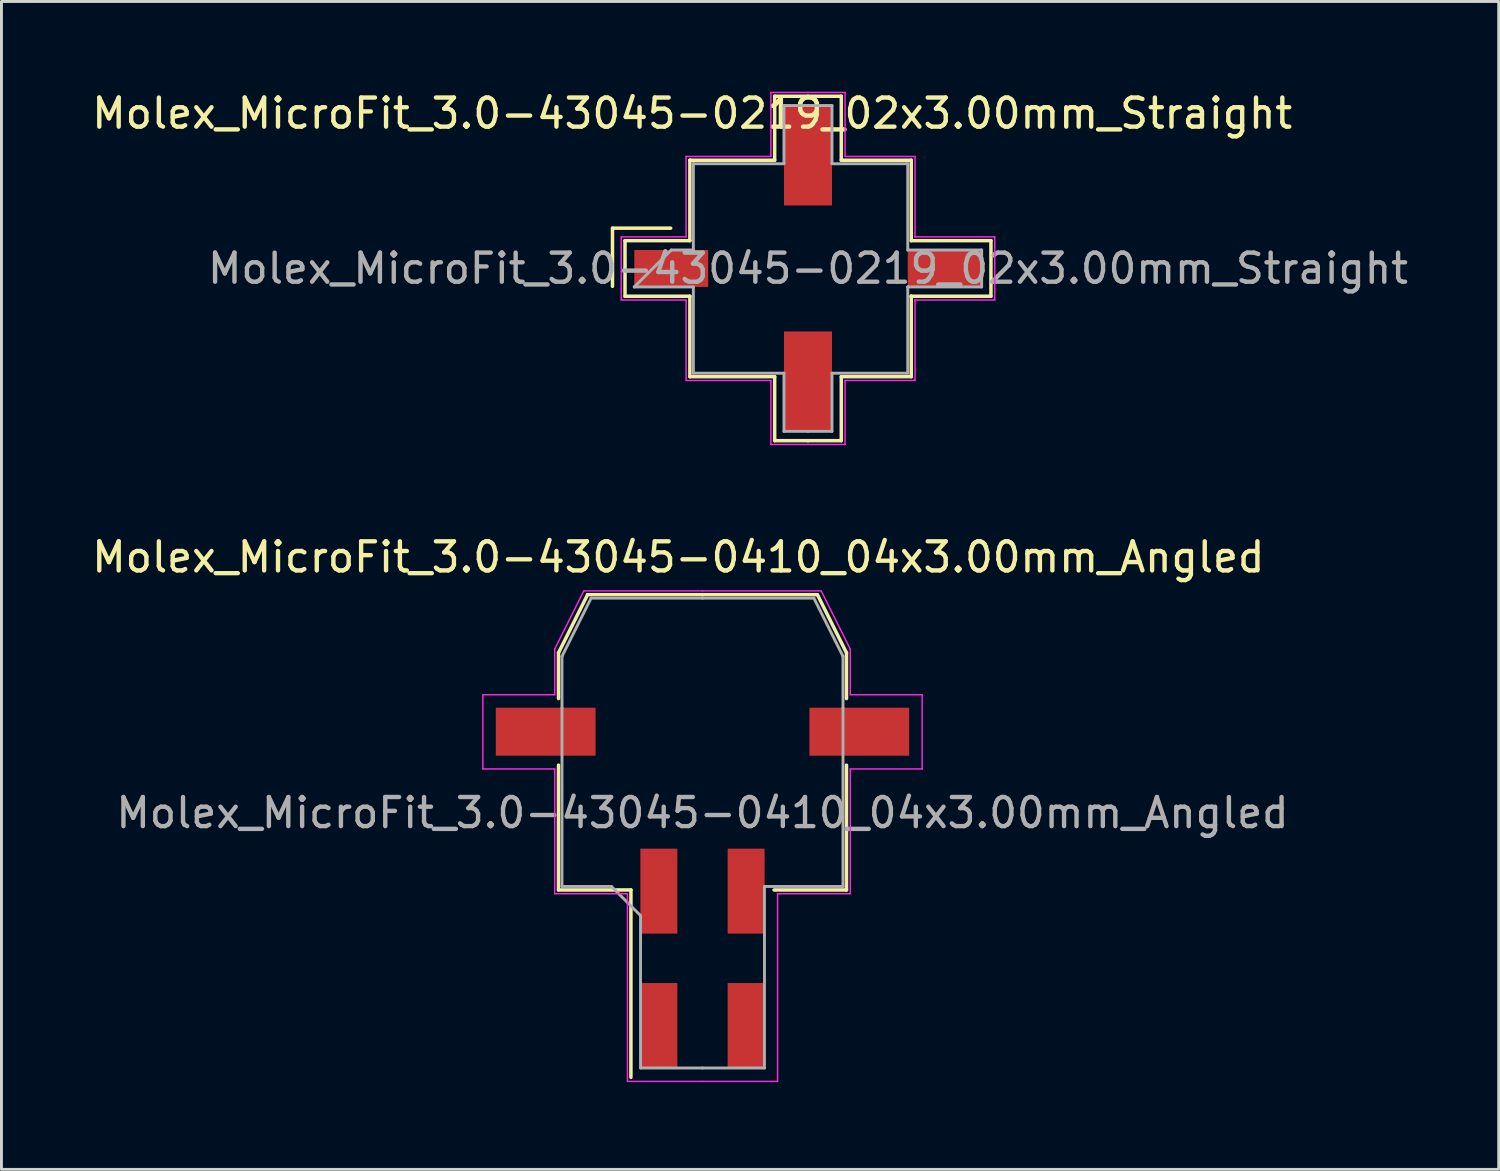
<source format=kicad_pcb>
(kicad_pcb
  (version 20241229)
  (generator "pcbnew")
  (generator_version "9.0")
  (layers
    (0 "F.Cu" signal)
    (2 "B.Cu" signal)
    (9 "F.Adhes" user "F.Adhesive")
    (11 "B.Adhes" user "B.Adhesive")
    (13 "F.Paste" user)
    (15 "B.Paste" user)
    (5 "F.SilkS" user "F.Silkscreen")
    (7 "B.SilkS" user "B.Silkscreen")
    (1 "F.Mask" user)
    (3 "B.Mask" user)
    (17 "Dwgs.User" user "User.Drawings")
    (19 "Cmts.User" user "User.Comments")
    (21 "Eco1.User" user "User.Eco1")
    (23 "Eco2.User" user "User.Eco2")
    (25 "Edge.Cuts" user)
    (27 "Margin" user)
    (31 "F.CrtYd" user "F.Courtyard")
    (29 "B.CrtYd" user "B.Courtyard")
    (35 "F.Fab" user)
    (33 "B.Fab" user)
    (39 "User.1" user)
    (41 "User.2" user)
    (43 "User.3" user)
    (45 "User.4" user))
  (footprint "Molex_MicroFit_3.0-43045-0219_02x3.00mm_Straight"
    (layer "F.Cu")
    (at 24.724 6.178)
    (property "Reference" "Molex_MicroFit_3.0-43045-0219_02x3.00mm_Straight" (at -3.98 -5.33 0) (layer "F.SilkS") (effects (font (size 1 1) (thickness 0.15))))
    (attr smd)
    (fp_line (start -6.72 -1.385) (end -6.72 0.615) (stroke (width 0.12) (type solid)) (layer "F.SilkS"))
    (fp_line (start -6.29 -0.955) (end -4.06 -0.955) (stroke (width 0.12) (type solid)) (layer "F.SilkS"))
    (fp_line (start -6.29 0.955) (end -6.29 -0.955) (stroke (width 0.12) (type solid)) (layer "F.SilkS"))
    (fp_line (start -4.72 -1.385) (end -6.72 -1.385) (stroke (width 0.12) (type solid)) (layer "F.SilkS"))
    (fp_line (start -4.06 -3.72) (end -4.06 -3.72) (stroke (width 0.12) (type solid)) (layer "F.SilkS"))
    (fp_line (start -4.06 -3.72) (end -1.145 -3.72) (stroke (width 0.12) (type solid)) (layer "F.SilkS"))
    (fp_line (start -4.06 -0.955) (end -4.06 -3.72) (stroke (width 0.12) (type solid)) (layer "F.SilkS"))
    (fp_line (start -4.06 0.955) (end -6.29 0.955) (stroke (width 0.12) (type solid)) (layer "F.SilkS"))
    (fp_line (start -4.06 3.72) (end -4.06 0.955) (stroke (width 0.12) (type solid)) (layer "F.SilkS"))
    (fp_line (start -1.145 -5.92) (end 0 -5.92) (stroke (width 0.12) (type solid)) (layer "F.SilkS"))
    (fp_line (start -1.145 -3.72) (end -1.145 -5.92) (stroke (width 0.12) (type solid)) (layer "F.SilkS"))
    (fp_line (start -1.145 3.72) (end -4.06 3.72) (stroke (width 0.12) (type solid)) (layer "F.SilkS"))
    (fp_line (start -1.145 5.92) (end -1.145 3.72) (stroke (width 0.12) (type solid)) (layer "F.SilkS"))
    (fp_line (start 0 -5.92) (end 1.145 -5.92) (stroke (width 0.12) (type solid)) (layer "F.SilkS"))
    (fp_line (start 0 5.92) (end -1.145 5.92) (stroke (width 0.12) (type solid)) (layer "F.SilkS"))
    (fp_line (start 1.145 -5.92) (end 1.145 -3.72) (stroke (width 0.12) (type solid)) (layer "F.SilkS"))
    (fp_line (start 1.145 -3.72) (end 3.55 -3.72) (stroke (width 0.12) (type solid)) (layer "F.SilkS"))
    (fp_line (start 1.145 3.72) (end 1.145 5.92) (stroke (width 0.12) (type solid)) (layer "F.SilkS"))
    (fp_line (start 1.145 5.92) (end 0 5.92) (stroke (width 0.12) (type solid)) (layer "F.SilkS"))
    (fp_line (start 3.55 -3.72) (end 3.55 -0.955) (stroke (width 0.12) (type solid)) (layer "F.SilkS"))
    (fp_line (start 3.55 -0.955) (end 6.29 -0.955) (stroke (width 0.12) (type solid)) (layer "F.SilkS"))
    (fp_line (start 3.55 0.955) (end 3.55 0.955) (stroke (width 0.12) (type solid)) (layer "F.SilkS"))
    (fp_line (start 3.55 0.955) (end 3.55 3.72) (stroke (width 0.12) (type solid)) (layer "F.SilkS"))
    (fp_line (start 3.55 3.72) (end 1.145 3.72) (stroke (width 0.12) (type solid)) (layer "F.SilkS"))
    (fp_line (start 6.29 -0.955) (end 6.29 0.955) (stroke (width 0.12) (type solid)) (layer "F.SilkS"))
    (fp_line (start 6.29 0.955) (end 3.55 0.955) (stroke (width 0.12) (type solid)) (layer "F.SilkS"))
    (fp_line (start -6.42 -1.085) (end -4.19 -1.085) (stroke (width 0.05) (type solid)) (layer "F.CrtYd"))
    (fp_line (start -6.42 1.085) (end -6.42 -1.085) (stroke (width 0.05) (type solid)) (layer "F.CrtYd"))
    (fp_line (start -4.19 -3.85) (end -4.19 -3.85) (stroke (width 0.05) (type solid)) (layer "F.CrtYd"))
    (fp_line (start -4.19 -3.85) (end -1.275 -3.85) (stroke (width 0.05) (type solid)) (layer "F.CrtYd"))
    (fp_line (start -4.19 -1.085) (end -4.19 -3.85) (stroke (width 0.05) (type solid)) (layer "F.CrtYd"))
    (fp_line (start -4.19 1.085) (end -6.42 1.085) (stroke (width 0.05) (type solid)) (layer "F.CrtYd"))
    (fp_line (start -4.19 3.85) (end -4.19 1.085) (stroke (width 0.05) (type solid)) (layer "F.CrtYd"))
    (fp_line (start -1.275 -6.05) (end 0 -6.05) (stroke (width 0.05) (type solid)) (layer "F.CrtYd"))
    (fp_line (start -1.275 -3.85) (end -1.275 -6.05) (stroke (width 0.05) (type solid)) (layer "F.CrtYd"))
    (fp_line (start -1.275 3.85) (end -4.19 3.85) (stroke (width 0.05) (type solid)) (layer "F.CrtYd"))
    (fp_line (start -1.275 6.05) (end -1.275 3.85) (stroke (width 0.05) (type solid)) (layer "F.CrtYd"))
    (fp_line (start 0 -6.05) (end 1.275 -6.05) (stroke (width 0.05) (type solid)) (layer "F.CrtYd"))
    (fp_line (start 0 6.05) (end -1.275 6.05) (stroke (width 0.05) (type solid)) (layer "F.CrtYd"))
    (fp_line (start 1.275 -6.05) (end 1.275 -3.85) (stroke (width 0.05) (type solid)) (layer "F.CrtYd"))
    (fp_line (start 1.275 -3.85) (end 3.68 -3.85) (stroke (width 0.05) (type solid)) (layer "F.CrtYd"))
    (fp_line (start 1.275 3.85) (end 1.275 6.05) (stroke (width 0.05) (type solid)) (layer "F.CrtYd"))
    (fp_line (start 1.275 6.05) (end 0 6.05) (stroke (width 0.05) (type solid)) (layer "F.CrtYd"))
    (fp_line (start 3.68 -3.85) (end 3.68 -1.085) (stroke (width 0.05) (type solid)) (layer "F.CrtYd"))
    (fp_line (start 3.68 -1.085) (end 6.42 -1.085) (stroke (width 0.05) (type solid)) (layer "F.CrtYd"))
    (fp_line (start 3.68 1.085) (end 3.68 1.085) (stroke (width 0.05) (type solid)) (layer "F.CrtYd"))
    (fp_line (start 3.68 1.085) (end 3.68 3.85) (stroke (width 0.05) (type solid)) (layer "F.CrtYd"))
    (fp_line (start 3.68 3.85) (end 1.275 3.85) (stroke (width 0.05) (type solid)) (layer "F.CrtYd"))
    (fp_line (start 6.42 -1.085) (end 6.42 1.085) (stroke (width 0.05) (type solid)) (layer "F.CrtYd"))
    (fp_line (start 6.42 1.085) (end 3.68 1.085) (stroke (width 0.05) (type solid)) (layer "F.CrtYd"))
    (fp_line (start -5.97 0.635) (end -5.97 0.635) (stroke (width 0.1) (type solid)) (layer "F.Fab"))
    (fp_line (start -5.97 0.635) (end -4.7 -0.635) (stroke (width 0.1) (type solid)) (layer "F.Fab"))
    (fp_line (start -4.7 -0.635) (end -3.94 -0.635) (stroke (width 0.1) (type solid)) (layer "F.Fab"))
    (fp_line (start -3.94 -3.6) (end -3.94 -3.6) (stroke (width 0.1) (type solid)) (layer "F.Fab"))
    (fp_line (start -3.94 -3.6) (end -0.825 -3.6) (stroke (width 0.1) (type solid)) (layer "F.Fab"))
    (fp_line (start -3.94 -0.635) (end -3.94 -3.6) (stroke (width 0.1) (type solid)) (layer "F.Fab"))
    (fp_line (start -3.94 0.635) (end -5.97 0.635) (stroke (width 0.1) (type solid)) (layer "F.Fab"))
    (fp_line (start -3.94 3.6) (end -3.94 0.635) (stroke (width 0.1) (type solid)) (layer "F.Fab"))
    (fp_line (start -0.825 -5.6) (end 0 -5.6) (stroke (width 0.1) (type solid)) (layer "F.Fab"))
    (fp_line (start -0.825 -3.6) (end -0.825 -5.6) (stroke (width 0.1) (type solid)) (layer "F.Fab"))
    (fp_line (start -0.825 3.6) (end -3.94 3.6) (stroke (width 0.1) (type solid)) (layer "F.Fab"))
    (fp_line (start -0.825 5.6) (end -0.825 3.6) (stroke (width 0.1) (type solid)) (layer "F.Fab"))
    (fp_line (start 0 -5.6) (end 0.825 -5.6) (stroke (width 0.1) (type solid)) (layer "F.Fab"))
    (fp_line (start 0 5.6) (end -0.825 5.6) (stroke (width 0.1) (type solid)) (layer "F.Fab"))
    (fp_line (start 0.825 -5.6) (end 0.825 -3.6) (stroke (width 0.1) (type solid)) (layer "F.Fab"))
    (fp_line (start 0.825 -3.6) (end 3.43 -3.6) (stroke (width 0.1) (type solid)) (layer "F.Fab"))
    (fp_line (start 0.825 3.6) (end 0.825 5.6) (stroke (width 0.1) (type solid)) (layer "F.Fab"))
    (fp_line (start 0.825 5.6) (end 0 5.6) (stroke (width 0.1) (type solid)) (layer "F.Fab"))
    (fp_line (start 3.43 -3.6) (end 3.43 -0.635) (stroke (width 0.1) (type solid)) (layer "F.Fab"))
    (fp_line (start 3.43 -0.635) (end 5.97 -0.635) (stroke (width 0.1) (type solid)) (layer "F.Fab"))
    (fp_line (start 3.43 0.635) (end 3.43 0.635) (stroke (width 0.1) (type solid)) (layer "F.Fab"))
    (fp_line (start 3.43 0.635) (end 3.43 3.6) (stroke (width 0.1) (type solid)) (layer "F.Fab"))
    (fp_line (start 3.43 3.6) (end 0.825 3.6) (stroke (width 0.1) (type solid)) (layer "F.Fab"))
    (fp_line (start 5.97 -0.635) (end 5.97 0.635) (stroke (width 0.1) (type solid)) (layer "F.Fab"))
    (fp_line (start 5.97 0.635) (end 3.43 0.635) (stroke (width 0.1) (type solid)) (layer "F.Fab"))
    (fp_text user "${REFERENCE}" (at 0 0 0) (layer "F.Fab") (effects (font (size 1 1) (thickness 0.15))))
    (pad "" smd rect (at 0 -3.88) (size 1.65 3.43) (layers "F.Cu" "F.Mask" "F.Paste"))
    (pad "" smd rect (at 0 3.88) (size 1.65 3.43) (layers "F.Cu" "F.Mask" "F.Paste"))
    (pad "1" smd rect (at -4.7 0) (size 2.54 1.27) (layers "F.Cu" "F.Mask" "F.Paste"))
    (pad "2" smd rect (at 4.7 0) (size 2.54 1.27) (layers "F.Cu" "F.Mask" "F.Paste")))
  (footprint "Molex_MicroFit_3.0-43045-0410_04x3.00mm_Angled"
    (layer "F.Cu")
    (at 21.098 29.892)
    (property "Reference" "Molex_MicroFit_3.0-43045-0410_04x3.00mm_Angled" (at -0.83 -13.79 0) (layer "F.SilkS") (effects (font (size 1 1) (thickness 0.15))))
    (attr smd)
    (fp_line (start -4.95 -10.5) (end -4.95 -8.93) (stroke (width 0.12) (type solid)) (layer "F.SilkS"))
    (fp_line (start -4.95 -6.64) (end -4.95 -2.35) (stroke (width 0.12) (type solid)) (layer "F.SilkS"))
    (fp_line (start -4.95 -2.35) (end -2.46 -2.35) (stroke (width 0.12) (type solid)) (layer "F.SilkS"))
    (fp_line (start -3.95 -12.5) (end -4.95 -10.5) (stroke (width 0.12) (type solid)) (layer "F.SilkS"))
    (fp_line (start -2.46 -2.35) (end -2.46 4.09) (stroke (width 0.12) (type solid)) (layer "F.SilkS"))
    (fp_line (start 0 -12.5) (end -3.95 -12.5) (stroke (width 0.12) (type solid)) (layer "F.SilkS"))
    (fp_line (start 0 -12.5) (end 3.95 -12.5) (stroke (width 0.12) (type solid)) (layer "F.SilkS"))
    (fp_line (start 3.95 -12.5) (end 4.95 -10.5) (stroke (width 0.12) (type solid)) (layer "F.SilkS"))
    (fp_line (start 4.95 -10.5) (end 4.95 -8.93) (stroke (width 0.12) (type solid)) (layer "F.SilkS"))
    (fp_line (start 4.95 -6.64) (end 4.95 -2.35) (stroke (width 0.12) (type solid)) (layer "F.SilkS"))
    (fp_line (start 4.95 -2.35) (end 2.46 -2.35) (stroke (width 0.12) (type solid)) (layer "F.SilkS"))
    (fp_line (start -7.55 -9.06) (end -7.55 -6.51) (stroke (width 0.05) (type solid)) (layer "F.CrtYd"))
    (fp_line (start -7.55 -6.51) (end -5.08 -6.51) (stroke (width 0.05) (type solid)) (layer "F.CrtYd"))
    (fp_line (start -5.08 -10.63) (end -5.08 -9.06) (stroke (width 0.05) (type solid)) (layer "F.CrtYd"))
    (fp_line (start -5.08 -9.06) (end -7.55 -9.06) (stroke (width 0.05) (type solid)) (layer "F.CrtYd"))
    (fp_line (start -5.08 -6.51) (end -5.08 -2.22) (stroke (width 0.05) (type solid)) (layer "F.CrtYd"))
    (fp_line (start -5.08 -2.22) (end -2.58 -2.22) (stroke (width 0.05) (type solid)) (layer "F.CrtYd"))
    (fp_line (start -4.08 -12.63) (end -5.08 -10.63) (stroke (width 0.05) (type solid)) (layer "F.CrtYd"))
    (fp_line (start -2.58 -2.22) (end -2.58 4.23) (stroke (width 0.05) (type solid)) (layer "F.CrtYd"))
    (fp_line (start -2.58 4.23) (end 0 4.23) (stroke (width 0.05) (type solid)) (layer "F.CrtYd"))
    (fp_line (start 0 -12.63) (end -4.08 -12.63) (stroke (width 0.05) (type solid)) (layer "F.CrtYd"))
    (fp_line (start 0 -12.63) (end 4.08 -12.63) (stroke (width 0.05) (type solid)) (layer "F.CrtYd"))
    (fp_line (start 2.58 -2.22) (end 2.58 4.23) (stroke (width 0.05) (type solid)) (layer "F.CrtYd"))
    (fp_line (start 2.58 4.23) (end 0 4.23) (stroke (width 0.05) (type solid)) (layer "F.CrtYd"))
    (fp_line (start 4.08 -12.63) (end 5.08 -10.63) (stroke (width 0.05) (type solid)) (layer "F.CrtYd"))
    (fp_line (start 5.08 -10.63) (end 5.08 -9.06) (stroke (width 0.05) (type solid)) (layer "F.CrtYd"))
    (fp_line (start 5.08 -9.06) (end 7.55 -9.06) (stroke (width 0.05) (type solid)) (layer "F.CrtYd"))
    (fp_line (start 5.08 -6.51) (end 5.08 -2.22) (stroke (width 0.05) (type solid)) (layer "F.CrtYd"))
    (fp_line (start 5.08 -2.22) (end 2.58 -2.22) (stroke (width 0.05) (type solid)) (layer "F.CrtYd"))
    (fp_line (start 7.55 -9.06) (end 7.55 -6.51) (stroke (width 0.05) (type solid)) (layer "F.CrtYd"))
    (fp_line (start 7.55 -6.51) (end 5.08 -6.51) (stroke (width 0.05) (type solid)) (layer "F.CrtYd"))
    (fp_line (start -4.83 -10.38) (end -4.83 -8.61) (stroke (width 0.1) (type solid)) (layer "F.Fab"))
    (fp_line (start -4.83 -8.61) (end -4.83 -2.47) (stroke (width 0.1) (type solid)) (layer "F.Fab"))
    (fp_line (start -4.83 -2.47) (end -3.13 -2.47) (stroke (width 0.1) (type solid)) (layer "F.Fab"))
    (fp_line (start -3.83 -12.38) (end -4.83 -10.38) (stroke (width 0.1) (type solid)) (layer "F.Fab"))
    (fp_line (start -3.13 -2.47) (end -2.13 -1.47) (stroke (width 0.1) (type solid)) (layer "F.Fab"))
    (fp_line (start -2.13 -1.47) (end -2.13 3.77) (stroke (width 0.1) (type solid)) (layer "F.Fab"))
    (fp_line (start -2.13 3.77) (end 0 3.77) (stroke (width 0.1) (type solid)) (layer "F.Fab"))
    (fp_line (start 0 -12.38) (end -3.83 -12.38) (stroke (width 0.1) (type solid)) (layer "F.Fab"))
    (fp_line (start 0 -12.38) (end 3.83 -12.38) (stroke (width 0.1) (type solid)) (layer "F.Fab"))
    (fp_line (start 2.13 -2.47) (end 2.13 3.77) (stroke (width 0.1) (type solid)) (layer "F.Fab"))
    (fp_line (start 2.13 3.77) (end 0 3.77) (stroke (width 0.1) (type solid)) (layer "F.Fab"))
    (fp_line (start 3.83 -12.38) (end 4.83 -10.38) (stroke (width 0.1) (type solid)) (layer "F.Fab"))
    (fp_line (start 4.83 -10.38) (end 4.83 -8.61) (stroke (width 0.1) (type solid)) (layer "F.Fab"))
    (fp_line (start 4.83 -8.61) (end 4.83 -2.47) (stroke (width 0.1) (type solid)) (layer "F.Fab"))
    (fp_line (start 4.83 -2.47) (end 2.13 -2.47) (stroke (width 0.1) (type solid)) (layer "F.Fab"))
    (fp_text user "${REFERENCE}" (at 0 -5 0) (layer "F.Fab") (effects (font (size 1 1) (thickness 0.15))))
    (pad "" smd rect (at -5.39 -7.79) (size 3.43 1.65) (layers "F.Cu" "F.Mask" "F.Paste"))
    (pad "" smd rect (at 5.39 -7.79) (size 3.43 1.65) (layers "F.Cu" "F.Mask" "F.Paste"))
    (pad "1" smd rect (at -1.5 -2.31) (size 1.27 2.92) (layers "F.Cu" "F.Mask" "F.Paste"))
    (pad "2" smd rect (at 1.5 -2.31) (size 1.27 2.92) (layers "F.Cu" "F.Mask" "F.Paste"))
    (pad "3" smd rect (at 1.5 2.31) (size 1.27 2.92) (layers "F.Cu" "F.Mask" "F.Paste"))
    (pad "4" smd rect (at -1.5 2.31) (size 1.27 2.92) (layers "F.Cu" "F.Mask" "F.Paste")))
  (gr_rect
    (start -3 -3)
    (end 48.468 37.147)
    (stroke (width 0.1) (type default))
    (fill no)
    (layer "Edge.Cuts")))
</source>
